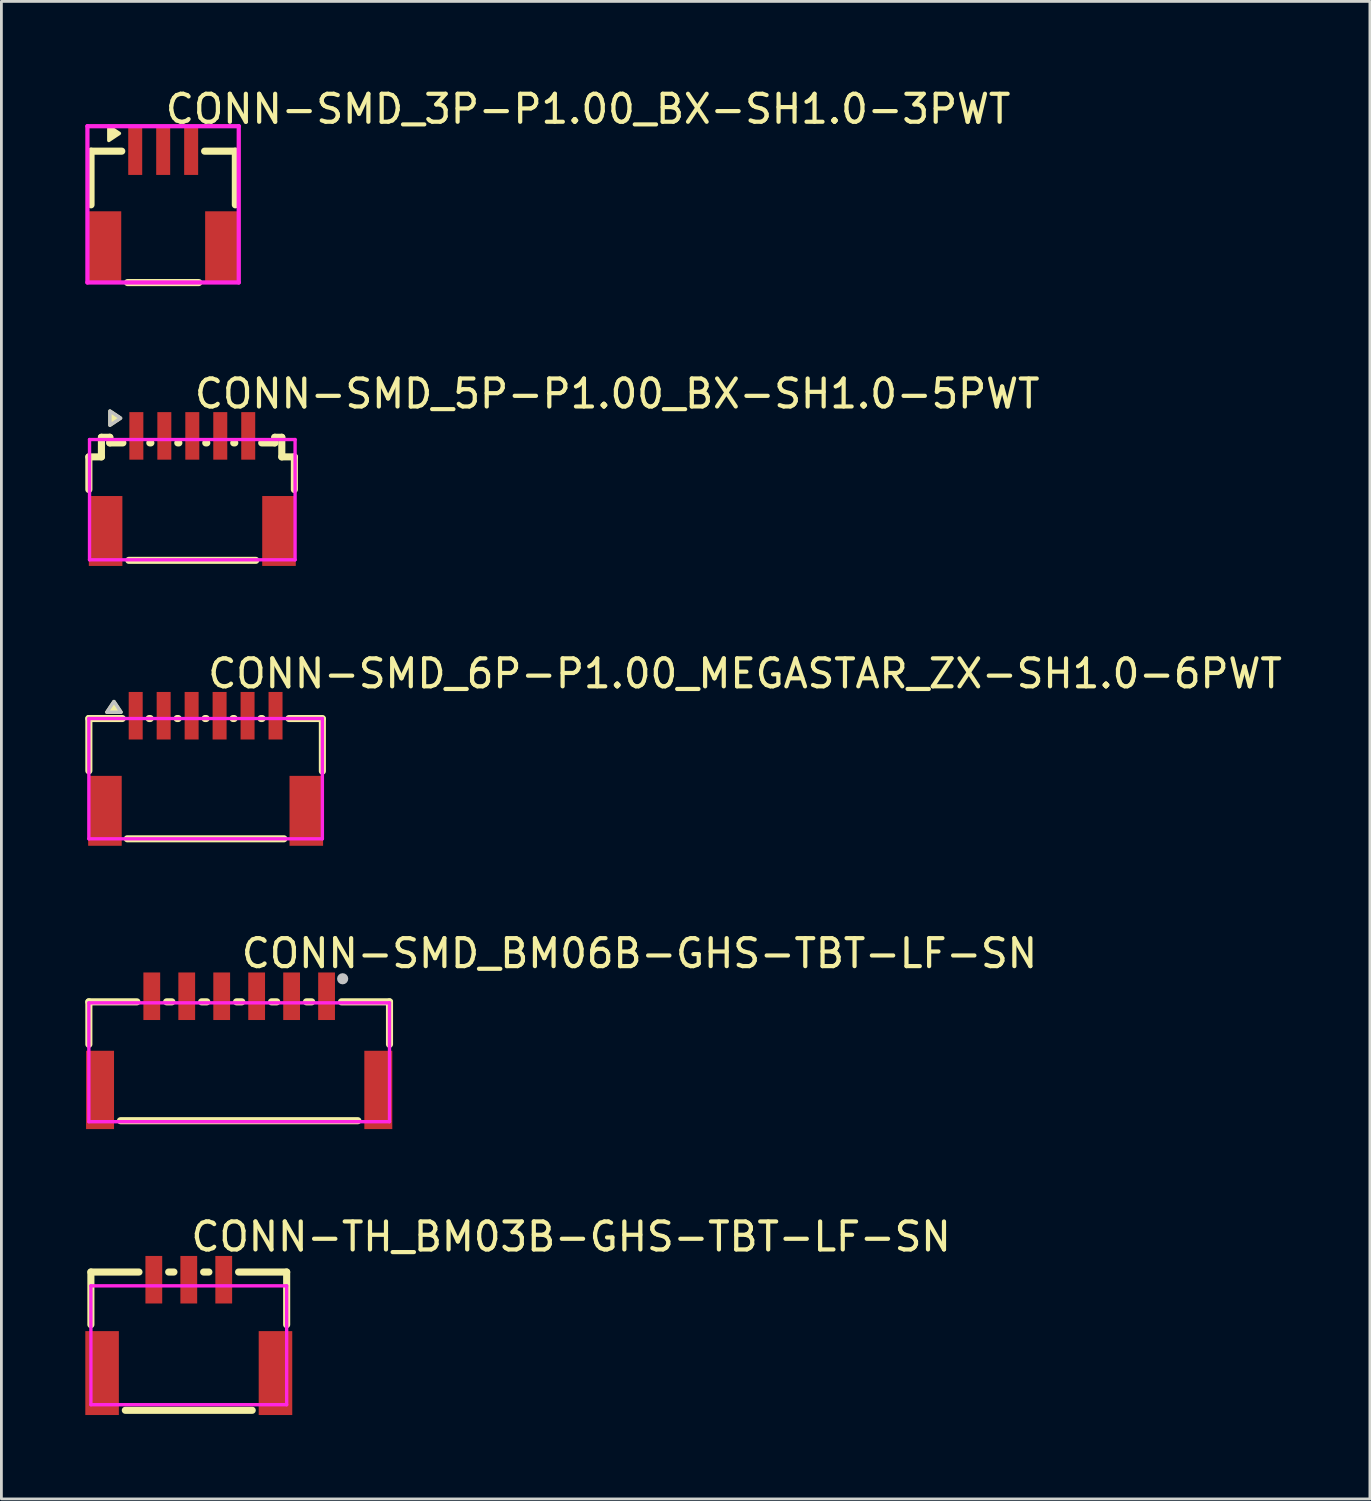
<source format=kicad_pcb>
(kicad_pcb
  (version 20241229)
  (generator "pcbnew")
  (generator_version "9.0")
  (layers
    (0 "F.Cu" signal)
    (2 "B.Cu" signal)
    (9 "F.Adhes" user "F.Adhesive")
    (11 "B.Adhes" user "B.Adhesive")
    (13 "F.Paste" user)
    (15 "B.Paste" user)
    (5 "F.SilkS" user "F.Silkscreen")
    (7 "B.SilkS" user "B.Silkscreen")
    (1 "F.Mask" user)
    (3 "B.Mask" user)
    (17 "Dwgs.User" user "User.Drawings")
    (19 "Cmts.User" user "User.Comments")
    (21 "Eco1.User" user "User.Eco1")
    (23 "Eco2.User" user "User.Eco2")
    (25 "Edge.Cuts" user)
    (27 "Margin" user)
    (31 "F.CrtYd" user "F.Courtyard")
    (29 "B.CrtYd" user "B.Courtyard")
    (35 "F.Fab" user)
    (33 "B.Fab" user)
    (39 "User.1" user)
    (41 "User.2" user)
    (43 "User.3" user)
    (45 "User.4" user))
  (footprint "CONN-SMD_BM06B-GHS-TBT-LF-SN"
    (layer "F.Cu")
    (at 5.502 34.247)
    (property "Reference" "CONN-SMD_BM06B-GHS-TBT-LF-SN" (at 0 -3.207 0) (layer "F.SilkS") (effects (font (size 1 1) (thickness 0.15)) (justify left)))
    (attr through_hole)
    (fp_line (start -5.375 -1.475) (end -5.375 0.044) (stroke (width 0.254) (type solid)) (layer "F.SilkS"))
    (fp_line (start -5.375 -1.475) (end -3.656 -1.475) (stroke (width 0.254) (type solid)) (layer "F.SilkS"))
    (fp_line (start -4.244 2.775) (end 4.244 2.775) (stroke (width 0.254) (type solid)) (layer "F.SilkS"))
    (fp_line (start -2.594 -1.475) (end -2.406 -1.475) (stroke (width 0.254) (type solid)) (layer "F.SilkS"))
    (fp_line (start -1.344 -1.475) (end -1.156 -1.475) (stroke (width 0.254) (type solid)) (layer "F.SilkS"))
    (fp_line (start -0.094 -1.475) (end 0.094 -1.475) (stroke (width 0.254) (type solid)) (layer "F.SilkS"))
    (fp_line (start 1.156 -1.475) (end 1.344 -1.475) (stroke (width 0.254) (type solid)) (layer "F.SilkS"))
    (fp_line (start 2.406 -1.475) (end 2.593 -1.475) (stroke (width 0.254) (type solid)) (layer "F.SilkS"))
    (fp_line (start 3.657 -1.475) (end 5.375 -1.475) (stroke (width 0.254) (type solid)) (layer "F.SilkS"))
    (fp_line (start 5.375 -1.475) (end 5.375 0.044) (stroke (width 0.254) (type solid)) (layer "F.SilkS"))
    (fp_circle (center 3.7 -2.3) (end 3.8 -2.3) (stroke (width 0.2) (type solid)) (fill no) (layer "Dwgs.User"))
    (fp_circle (center 5.375 -2.139) (end 5.405 -2.139) (stroke (width 0.06) (type solid)) (fill no) (layer "Eco2.User"))
    (fp_poly (pts (xy -5.075 0.811) (xy -4.875 0.811) (xy -4.875 2.811) (xy -5.075 2.811)) (stroke (width 0.12) (type solid)) (fill no) (layer "Eco2.User"))
    (fp_poly (pts (xy -3.225 -2.139) (xy -3.025 -2.139) (xy -3.025 -1.139) (xy -3.225 -1.139)) (stroke (width 0.12) (type solid)) (fill no) (layer "Eco2.User"))
    (fp_poly (pts (xy -1.975 -2.139) (xy -1.775 -2.139) (xy -1.775 -1.139) (xy -1.975 -1.139)) (stroke (width 0.12) (type solid)) (fill no) (layer "Eco2.User"))
    (fp_poly (pts (xy -0.725 -2.139) (xy -0.525 -2.139) (xy -0.525 -1.139) (xy -0.725 -1.139)) (stroke (width 0.12) (type solid)) (fill no) (layer "Eco2.User"))
    (fp_poly (pts (xy 0.525 -2.139) (xy 0.725 -2.139) (xy 0.725 -1.139) (xy 0.525 -1.139)) (stroke (width 0.12) (type solid)) (fill no) (layer "Eco2.User"))
    (fp_poly (pts (xy 1.775 -2.139) (xy 1.975 -2.139) (xy 1.975 -1.139) (xy 1.775 -1.139)) (stroke (width 0.12) (type solid)) (fill no) (layer "Eco2.User"))
    (fp_poly (pts (xy 3.025 -2.139) (xy 3.225 -2.139) (xy 3.225 -1.139) (xy 3.025 -1.139)) (stroke (width 0.12) (type solid)) (fill no) (layer "Eco2.User"))
    (fp_poly (pts (xy 4.875 0.811) (xy 5.075 0.811) (xy 5.075 2.811) (xy 4.875 2.811)) (stroke (width 0.12) (type solid)) (fill no) (layer "Eco2.User"))
    (fp_line (start -5.375 -1.439) (end 5.375 -1.439) (stroke (width 0.12) (type solid)) (layer "F.CrtYd"))
    (fp_line (start -5.375 2.811) (end -5.375 -1.439) (stroke (width 0.12) (type solid)) (layer "F.CrtYd"))
    (fp_line (start 5.375 -1.439) (end 5.375 2.811) (stroke (width 0.12) (type solid)) (layer "F.CrtYd"))
    (fp_line (start 5.375 2.811) (end -5.375 2.811) (stroke (width 0.12) (type solid)) (layer "F.CrtYd"))
    (pad "1" smd rect (at 3.125 -1.675) (size 0.6 1.7) (layers "F.Cu" "F.Mask" "F.Paste"))
    (pad "2" smd rect (at 1.875 -1.675) (size 0.6 1.7) (layers "F.Cu" "F.Mask" "F.Paste"))
    (pad "3" smd rect (at 0.625 -1.675) (size 0.6 1.7) (layers "F.Cu" "F.Mask" "F.Paste"))
    (pad "4" smd rect (at -0.625 -1.675) (size 0.6 1.7) (layers "F.Cu" "F.Mask" "F.Paste"))
    (pad "5" smd rect (at -1.875 -1.675) (size 0.6 1.7) (layers "F.Cu" "F.Mask" "F.Paste"))
    (pad "6" smd rect (at -3.125 -1.675) (size 0.6 1.7) (layers "F.Cu" "F.Mask" "F.Paste"))
    (pad "7" smd rect (at 4.975 1.675) (size 1 2.8) (layers "F.Cu" "F.Mask" "F.Paste"))
    (pad "8" smd rect (at -4.975 1.675) (size 1 2.8) (layers "F.Cu" "F.Mask" "F.Paste")))
  (footprint "CONN-SMD_6P-P1.00_MEGASTAR_ZX-SH1.0-6PWT"
    (layer "F.Cu")
    (at 4.302 24.242)
    (property "Reference" "CONN-SMD_6P-P1.00_MEGASTAR_ZX-SH1.0-6PWT" (at 0 -3.207 0) (layer "F.SilkS") (effects (font (size 1 1) (thickness 0.15)) (justify left)))
    (attr through_hole)
    (fp_line (start -4.175 -1.6) (end -4.175 0.269) (stroke (width 0.254) (type solid)) (layer "F.SilkS"))
    (fp_line (start -2.981 -1.6) (end -4.175 -1.6) (stroke (width 0.254) (type solid)) (layer "F.SilkS"))
    (fp_line (start -2.8 2.7) (end 2.8 2.7) (stroke (width 0.254) (type solid)) (layer "F.SilkS"))
    (fp_line (start -2.019 -1.6) (end -1.981 -1.6) (stroke (width 0.254) (type solid)) (layer "F.SilkS"))
    (fp_line (start -1.019 -1.6) (end -0.981 -1.6) (stroke (width 0.254) (type solid)) (layer "F.SilkS"))
    (fp_line (start -0.019 -1.6) (end 0.019 -1.6) (stroke (width 0.254) (type solid)) (layer "F.SilkS"))
    (fp_line (start 0.981 -1.6) (end 1.019 -1.6) (stroke (width 0.254) (type solid)) (layer "F.SilkS"))
    (fp_line (start 1.981 -1.6) (end 2.019 -1.6) (stroke (width 0.254) (type solid)) (layer "F.SilkS"))
    (fp_line (start 2.981 -1.6) (end 4.175 -1.6) (stroke (width 0.254) (type solid)) (layer "F.SilkS"))
    (fp_line (start 4.175 -1.573) (end 4.175 0.282) (stroke (width 0.254) (type solid)) (layer "F.SilkS"))
    (fp_poly (pts (xy -3.278 -2.208) (xy -3.532 -1.827) (xy -3.024 -1.827)) (stroke (width 0.12) (type solid)) (fill yes) (layer "F.SilkS"))
    (fp_poly (pts (xy -3.278 -2.208) (xy -3.532 -1.827) (xy -3.024 -1.827)) (stroke (width 0.12) (type solid)) (fill no) (layer "Dwgs.User"))
    (fp_circle (center -4.175 -2.35) (end -4.145 -2.35) (stroke (width 0.06) (type solid)) (fill no) (layer "Eco2.User"))
    (fp_poly (pts (xy -3.7 1.2) (xy -3.5 1.2) (xy -3.5 2.7) (xy -3.7 2.7)) (stroke (width 0.12) (type solid)) (fill no) (layer "Eco2.User"))
    (fp_poly (pts (xy -2.6 -2.35) (xy -2.4 -2.35) (xy -2.4 -1.45) (xy -2.6 -1.45)) (stroke (width 0.12) (type solid)) (fill no) (layer "Eco2.User"))
    (fp_poly (pts (xy -1.6 -2.35) (xy -1.4 -2.35) (xy -1.4 -1.45) (xy -1.6 -1.45)) (stroke (width 0.12) (type solid)) (fill no) (layer "Eco2.User"))
    (fp_poly (pts (xy -0.6 -2.35) (xy -0.4 -2.35) (xy -0.4 -1.45) (xy -0.6 -1.45)) (stroke (width 0.12) (type solid)) (fill no) (layer "Eco2.User"))
    (fp_poly (pts (xy 0.4 -2.35) (xy 0.6 -2.35) (xy 0.6 -1.45) (xy 0.4 -1.45)) (stroke (width 0.12) (type solid)) (fill no) (layer "Eco2.User"))
    (fp_poly (pts (xy 1.4 -2.35) (xy 1.6 -2.35) (xy 1.6 -1.45) (xy 1.4 -1.45)) (stroke (width 0.12) (type solid)) (fill no) (layer "Eco2.User"))
    (fp_poly (pts (xy 2.4 -2.35) (xy 2.6 -2.35) (xy 2.6 -1.45) (xy 2.4 -1.45)) (stroke (width 0.12) (type solid)) (fill no) (layer "Eco2.User"))
    (fp_poly (pts (xy 3.5 1.2) (xy 3.7 1.2) (xy 3.7 2.7) (xy 3.5 2.7)) (stroke (width 0.12) (type solid)) (fill no) (layer "Eco2.User"))
    (fp_line (start -4.175 -1.6) (end 4.175 -1.6) (stroke (width 0.12) (type solid)) (layer "F.CrtYd"))
    (fp_line (start -4.175 2.7) (end -4.175 -1.6) (stroke (width 0.12) (type solid)) (layer "F.CrtYd"))
    (fp_line (start 4.175 -1.6) (end 4.175 2.7) (stroke (width 0.12) (type solid)) (layer "F.CrtYd"))
    (fp_line (start 4.175 2.7) (end -4.175 2.7) (stroke (width 0.12) (type solid)) (layer "F.CrtYd"))
    (pad "1" smd rect (at -2.5 -1.7) (size 0.5 1.7) (layers "F.Cu" "F.Mask" "F.Paste"))
    (pad "2" smd rect (at -1.5 -1.7) (size 0.5 1.7) (layers "F.Cu" "F.Mask" "F.Paste"))
    (pad "3" smd rect (at -0.5 -1.7) (size 0.5 1.7) (layers "F.Cu" "F.Mask" "F.Paste"))
    (pad "4" smd rect (at 0.5 -1.7) (size 0.5 1.7) (layers "F.Cu" "F.Mask" "F.Paste"))
    (pad "5" smd rect (at 1.5 -1.7) (size 0.5 1.7) (layers "F.Cu" "F.Mask" "F.Paste"))
    (pad "6" smd rect (at 2.5 -1.7) (size 0.5 1.7) (layers "F.Cu" "F.Mask" "F.Paste"))
    (pad "7" smd rect (at 3.6 1.7) (size 1.2 2.5) (layers "F.Cu" "F.Mask" "F.Paste"))
    (pad "8" smd rect (at -3.6 1.7) (size 1.2 2.5) (layers "F.Cu" "F.Mask" "F.Paste")))
  (footprint "CONN-SMD_3P-P1.00_BX-SH1.0-3PWT"
    (layer "F.Cu")
    (at 2.785 4.055)
    (property "Reference" "CONN-SMD_3P-P1.00_BX-SH1.0-3PWT" (at 0 -3.207 0) (layer "F.SilkS") (effects (font (size 1 1) (thickness 0.15)) (justify left)))
    (attr through_hole)
    (fp_line (start -2.58 -1.7) (end -2.58 0.219) (stroke (width 0.254) (type solid)) (layer "F.SilkS"))
    (fp_line (start -1.481 -1.7) (end -2.58 -1.7) (stroke (width 0.254) (type solid)) (layer "F.SilkS"))
    (fp_line (start -1.274 2.999) (end 1.274 2.999) (stroke (width 0.254) (type solid)) (layer "F.SilkS"))
    (fp_line (start 1.481 -1.7) (end 2.58 -1.7) (stroke (width 0.254) (type solid)) (layer "F.SilkS"))
    (fp_line (start 2.58 -1.7) (end 2.58 0.219) (stroke (width 0.254) (type solid)) (layer "F.SilkS"))
    (fp_poly (pts (xy -1.564 -2.335) (xy -1.945 -2.589) (xy -1.945 -2.081)) (stroke (width 0.12) (type solid)) (fill yes) (layer "F.SilkS"))
    (fp_line (start -2.709 -2.593) (end 2.702 -2.593) (stroke (width 0.152) (type solid)) (layer "F.CrtYd"))
    (fp_line (start -2.709 2.995) (end -2.709 -2.593) (stroke (width 0.152) (type solid)) (layer "F.CrtYd"))
    (fp_line (start 2.702 -2.593) (end 2.702 2.995) (stroke (width 0.152) (type solid)) (layer "F.CrtYd"))
    (fp_line (start 2.702 2.995) (end -2.709 2.995) (stroke (width 0.152) (type solid)) (layer "F.CrtYd"))
    (pad "1" smd rect (at -1 -1.7) (size 0.5 1.7) (layers "F.Cu" "F.Mask" "F.Paste"))
    (pad "2" smd rect (at 0 -1.7) (size 0.5 1.7) (layers "F.Cu" "F.Mask" "F.Paste"))
    (pad "3" smd rect (at 1 -1.7) (size 0.5 1.7) (layers "F.Cu" "F.Mask" "F.Paste"))
    (pad "4" smd rect (at 2.1 1.7) (size 1.2 2.5) (layers "F.Cu" "F.Mask" "F.Paste"))
    (pad "5" smd rect (at -2.1 1.7) (size 1.2 2.5) (layers "F.Cu" "F.Mask" "F.Paste")))
  (footprint "CONN-SMD_5P-P1.00_BX-SH1.0-5PWT"
    (layer "F.Cu")
    (at 3.826 14.236)
    (property "Reference" "CONN-SMD_5P-P1.00_BX-SH1.0-5PWT" (at 0 -3.207 0) (layer "F.SilkS") (effects (font (size 1 1) (thickness 0.15)) (justify left)))
    (attr through_hole)
    (fp_line (start -3.699 -0.95) (end -3.699 0.218) (stroke (width 0.254) (type solid)) (layer "F.SilkS"))
    (fp_line (start -3.25 -0.95) (end -3.699 -0.95) (stroke (width 0.254) (type solid)) (layer "F.SilkS"))
    (fp_line (start -3.249 -1.651) (end -3.25 -0.95) (stroke (width 0.254) (type solid)) (layer "F.SilkS"))
    (fp_line (start -2.95 -1.651) (end -3.249 -1.651) (stroke (width 0.254) (type solid)) (layer "F.SilkS"))
    (fp_line (start -2.95 -1.45) (end -2.95 -1.651) (stroke (width 0.254) (type solid)) (layer "F.SilkS"))
    (fp_line (start -2.482 -1.45) (end -2.95 -1.45) (stroke (width 0.254) (type solid)) (layer "F.SilkS"))
    (fp_line (start -2.269 2.75) (end 2.269 2.75) (stroke (width 0.254) (type solid)) (layer "F.SilkS"))
    (fp_line (start -1.481 -1.45) (end -1.519 -1.45) (stroke (width 0.254) (type solid)) (layer "F.SilkS"))
    (fp_line (start -0.481 -1.45) (end -0.519 -1.45) (stroke (width 0.254) (type solid)) (layer "F.SilkS"))
    (fp_line (start 0.519 -1.45) (end 0.481 -1.45) (stroke (width 0.254) (type solid)) (layer "F.SilkS"))
    (fp_line (start 1.519 -1.45) (end 1.481 -1.45) (stroke (width 0.254) (type solid)) (layer "F.SilkS"))
    (fp_line (start 2.95 -1.65) (end 2.95 -1.45) (stroke (width 0.254) (type solid)) (layer "F.SilkS"))
    (fp_line (start 2.95 -1.45) (end 2.481 -1.45) (stroke (width 0.254) (type solid)) (layer "F.SilkS"))
    (fp_line (start 3.2 -1.65) (end 2.95 -1.65) (stroke (width 0.254) (type solid)) (layer "F.SilkS"))
    (fp_line (start 3.2 -0.95) (end 3.2 -1.65) (stroke (width 0.254) (type solid)) (layer "F.SilkS"))
    (fp_line (start 3.65 -0.95) (end 3.2 -0.95) (stroke (width 0.254) (type solid)) (layer "F.SilkS"))
    (fp_line (start 3.65 0.219) (end 3.65 -0.95) (stroke (width 0.254) (type solid)) (layer "F.SilkS"))
    (fp_poly (pts (xy -2.564 -2.335) (xy -2.945 -2.589) (xy -2.945 -2.081)) (stroke (width 0.12) (type solid)) (fill yes) (layer "F.SilkS"))
    (fp_poly (pts (xy -2.564 -2.335) (xy -2.945 -2.589) (xy -2.945 -2.081)) (stroke (width 0.12) (type solid)) (fill no) (layer "Dwgs.User"))
    (fp_circle (center -3.675 -2.32) (end -3.645 -2.32) (stroke (width 0.06) (type solid)) (fill no) (layer "Eco2.User"))
    (fp_poly (pts (xy -3.25 0.95) (xy -2.95 0.95) (xy -2.95 2.45) (xy -3.25 2.45)) (stroke (width 0.12) (type solid)) (fill no) (layer "Eco2.User"))
    (fp_poly (pts (xy -2.1 -2.32) (xy -1.9 -2.32) (xy -1.9 -1.12) (xy -2.1 -1.12)) (stroke (width 0.12) (type solid)) (fill no) (layer "Eco2.User"))
    (fp_poly (pts (xy -1.1 -2.32) (xy -0.9 -2.32) (xy -0.9 -1.12) (xy -1.1 -1.12)) (stroke (width 0.12) (type solid)) (fill no) (layer "Eco2.User"))
    (fp_poly (pts (xy -0.1 -2.32) (xy 0.1 -2.32) (xy 0.1 -1.12) (xy -0.1 -1.12)) (stroke (width 0.12) (type solid)) (fill no) (layer "Eco2.User"))
    (fp_poly (pts (xy 0.9 -2.32) (xy 1.1 -2.32) (xy 1.1 -1.12) (xy 0.9 -1.12)) (stroke (width 0.12) (type solid)) (fill no) (layer "Eco2.User"))
    (fp_poly (pts (xy 1.9 -2.32) (xy 2.1 -2.32) (xy 2.1 -1.12) (xy 1.9 -1.12)) (stroke (width 0.12) (type solid)) (fill no) (layer "Eco2.User"))
    (fp_poly (pts (xy 2.95 0.95) (xy 3.25 0.95) (xy 3.25 2.45) (xy 2.95 2.45)) (stroke (width 0.12) (type solid)) (fill no) (layer "Eco2.User"))
    (fp_line (start -3.675 -1.57) (end 3.675 -1.57) (stroke (width 0.12) (type solid)) (layer "F.CrtYd"))
    (fp_line (start -3.675 2.73) (end -3.675 -1.57) (stroke (width 0.12) (type solid)) (layer "F.CrtYd"))
    (fp_line (start 3.675 -1.57) (end 3.675 2.73) (stroke (width 0.12) (type solid)) (layer "F.CrtYd"))
    (fp_line (start 3.675 2.73) (end -3.675 2.73) (stroke (width 0.12) (type solid)) (layer "F.CrtYd"))
    (pad "1" smd rect (at -2 -1.7) (size 0.5 1.7) (layers "F.Cu" "F.Mask" "F.Paste"))
    (pad "2" smd rect (at -1 -1.7) (size 0.5 1.7) (layers "F.Cu" "F.Mask" "F.Paste"))
    (pad "3" smd rect (at 0 -1.7) (size 0.5 1.7) (layers "F.Cu" "F.Mask" "F.Paste"))
    (pad "4" smd rect (at 1 -1.7) (size 0.5 1.7) (layers "F.Cu" "F.Mask" "F.Paste"))
    (pad "5" smd rect (at 2 -1.7) (size 0.5 1.7) (layers "F.Cu" "F.Mask" "F.Paste"))
    (pad "6" smd rect (at 3.1 1.7) (size 1.2 2.5) (layers "F.Cu" "F.Mask" "F.Paste"))
    (pad "7" smd rect (at -3.1 1.7) (size 1.2 2.5) (layers "F.Cu" "F.Mask" "F.Paste")))
  (footprint "CONN-TH_BM03B-GHS-TBT-LF-SN"
    (layer "F.Cu")
    (at 3.7 44.377)
    (property "Reference" "CONN-TH_BM03B-GHS-TBT-LF-SN" (at 0 -3.207 0) (layer "F.SilkS") (effects (font (size 1 1) (thickness 0.15)) (justify left)))
    (attr through_hole)
    (fp_line (start -3.5 -1.944) (end -3.5 -0.062) (stroke (width 0.254) (type solid)) (layer "F.SilkS"))
    (fp_line (start -3.5 -1.944) (end -1.781 -1.944) (stroke (width 0.254) (type solid)) (layer "F.SilkS"))
    (fp_line (start -2.269 3) (end 2.269 3) (stroke (width 0.254) (type solid)) (layer "F.SilkS"))
    (fp_line (start -0.719 -1.944) (end -0.531 -1.944) (stroke (width 0.254) (type solid)) (layer "F.SilkS"))
    (fp_line (start 0.531 -1.944) (end 0.719 -1.944) (stroke (width 0.254) (type solid)) (layer "F.SilkS"))
    (fp_line (start 1.781 -1.944) (end 3.5 -1.944) (stroke (width 0.254) (type solid)) (layer "F.SilkS"))
    (fp_line (start 3.5 -1.944) (end 3.5 -0.062) (stroke (width 0.254) (type solid)) (layer "F.SilkS"))
    (fp_circle (center -3.5 2.8) (end -3.47 2.8) (stroke (width 0.06) (type solid)) (fill no) (layer "Eco2.User"))
    (fp_poly (pts (xy -3.5 0.569) (xy -2.7 0.569) (xy -2.7 2.769) (xy -3.5 2.769)) (stroke (width 0.12) (type solid)) (fill no) (layer "Eco2.User"))
    (fp_poly (pts (xy -1.35 -2.169) (xy -1.15 -2.169) (xy -1.15 -1.169) (xy -1.35 -1.169)) (stroke (width 0.12) (type solid)) (fill no) (layer "Eco2.User"))
    (fp_poly (pts (xy -0.1 -2.169) (xy 0.1 -2.169) (xy 0.1 -1.169) (xy -0.1 -1.169)) (stroke (width 0.12) (type solid)) (fill no) (layer "Eco2.User"))
    (fp_poly (pts (xy 1.15 -2.169) (xy 1.35 -2.169) (xy 1.35 -1.169) (xy 1.15 -1.169)) (stroke (width 0.12) (type solid)) (fill no) (layer "Eco2.User"))
    (fp_poly (pts (xy 2.7 0.569) (xy 3.5 0.569) (xy 3.5 2.769) (xy 2.7 2.769)) (stroke (width 0.12) (type solid)) (fill no) (layer "Eco2.User"))
    (fp_line (start -3.5 -1.45) (end 3.5 -1.45) (stroke (width 0.12) (type solid)) (layer "F.CrtYd"))
    (fp_line (start -3.5 2.8) (end -3.5 -1.45) (stroke (width 0.12) (type solid)) (layer "F.CrtYd"))
    (fp_line (start 3.5 -1.45) (end 3.5 2.8) (stroke (width 0.12) (type solid)) (layer "F.CrtYd"))
    (fp_line (start 3.5 2.8) (end -3.5 2.8) (stroke (width 0.12) (type solid)) (layer "F.CrtYd"))
    (pad "1" smd rect (at 1.25 -1.669) (size 0.6 1.7) (layers "F.Cu" "F.Mask" "F.Paste"))
    (pad "2" smd rect (at 0 -1.669) (size 0.6 1.7) (layers "F.Cu" "F.Mask" "F.Paste"))
    (pad "3" smd rect (at -1.25 -1.669) (size 0.6 1.7) (layers "F.Cu" "F.Mask" "F.Paste"))
    (pad "4" smd rect (at 3.1 1.669) (size 1.2 3) (layers "F.Cu" "F.Mask" "F.Paste"))
    (pad "5" smd rect (at -3.1 1.669) (size 1.2 3) (layers "F.Cu" "F.Mask" "F.Paste")))
  (gr_rect
    (start -3 -3)
    (end 45.933 50.546)
    (stroke (width 0.1) (type default))
    (fill no)
    (layer "Edge.Cuts")))
</source>
